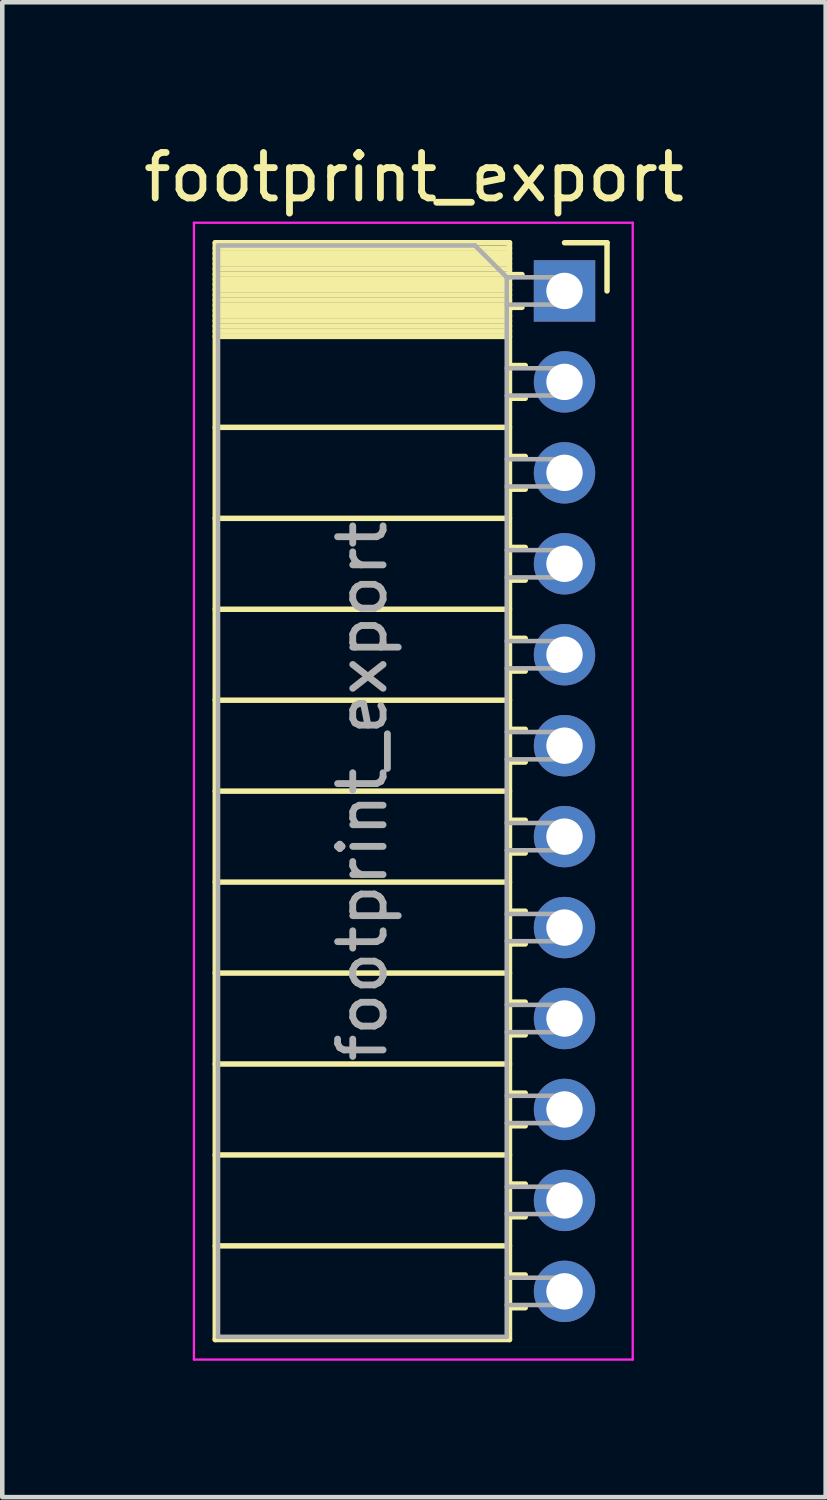
<source format=kicad_pcb>
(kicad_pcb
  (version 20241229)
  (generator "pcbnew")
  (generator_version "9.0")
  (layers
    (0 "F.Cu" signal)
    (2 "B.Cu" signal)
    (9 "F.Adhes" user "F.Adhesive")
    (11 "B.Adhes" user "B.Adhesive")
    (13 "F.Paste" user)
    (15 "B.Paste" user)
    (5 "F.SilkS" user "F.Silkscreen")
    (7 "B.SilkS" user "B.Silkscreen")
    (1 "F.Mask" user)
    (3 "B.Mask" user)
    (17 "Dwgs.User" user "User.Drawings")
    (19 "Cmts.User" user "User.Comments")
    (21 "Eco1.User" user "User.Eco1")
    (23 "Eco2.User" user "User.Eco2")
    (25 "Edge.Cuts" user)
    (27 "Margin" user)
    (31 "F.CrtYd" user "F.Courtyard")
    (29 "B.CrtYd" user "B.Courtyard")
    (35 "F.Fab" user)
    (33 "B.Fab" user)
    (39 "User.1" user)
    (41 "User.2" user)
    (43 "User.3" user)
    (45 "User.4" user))
  (footprint "footprint_export"
    (layer "F.Cu")
    (at 9.364 3.348)
    (property "Reference" "footprint_export" (at -3.31 -2.5 0) (layer "F.SilkS") (effects (font (size 1 1) (thickness 0.15))))
    (attr through_hole)
    (fp_line (start -7.68 -1.06) (end -7.68 23.06) (stroke (width 0.12) (type solid)) (layer "F.SilkS"))
    (fp_line (start -7.68 -1.06) (end -1.21 -1.06) (stroke (width 0.12) (type solid)) (layer "F.SilkS"))
    (fp_line (start -7.68 -0.94) (end -1.21 -0.94) (stroke (width 0.12) (type solid)) (layer "F.SilkS"))
    (fp_line (start -7.68 -0.826) (end -1.21 -0.826) (stroke (width 0.12) (type solid)) (layer "F.SilkS"))
    (fp_line (start -7.68 -0.712) (end -1.21 -0.712) (stroke (width 0.12) (type solid)) (layer "F.SilkS"))
    (fp_line (start -7.68 -0.598) (end -1.21 -0.598) (stroke (width 0.12) (type solid)) (layer "F.SilkS"))
    (fp_line (start -7.68 -0.484) (end -1.21 -0.484) (stroke (width 0.12) (type solid)) (layer "F.SilkS"))
    (fp_line (start -7.68 -0.369) (end -1.21 -0.369) (stroke (width 0.12) (type solid)) (layer "F.SilkS"))
    (fp_line (start -7.68 -0.255) (end -1.21 -0.255) (stroke (width 0.12) (type solid)) (layer "F.SilkS"))
    (fp_line (start -7.68 -0.141) (end -1.21 -0.141) (stroke (width 0.12) (type solid)) (layer "F.SilkS"))
    (fp_line (start -7.68 -0.027) (end -1.21 -0.027) (stroke (width 0.12) (type solid)) (layer "F.SilkS"))
    (fp_line (start -7.68 0.087) (end -1.21 0.087) (stroke (width 0.12) (type solid)) (layer "F.SilkS"))
    (fp_line (start -7.68 0.201) (end -1.21 0.201) (stroke (width 0.12) (type solid)) (layer "F.SilkS"))
    (fp_line (start -7.68 0.315) (end -1.21 0.315) (stroke (width 0.12) (type solid)) (layer "F.SilkS"))
    (fp_line (start -7.68 0.429) (end -1.21 0.429) (stroke (width 0.12) (type solid)) (layer "F.SilkS"))
    (fp_line (start -7.68 0.544) (end -1.21 0.544) (stroke (width 0.12) (type solid)) (layer "F.SilkS"))
    (fp_line (start -7.68 0.658) (end -1.21 0.658) (stroke (width 0.12) (type solid)) (layer "F.SilkS"))
    (fp_line (start -7.68 0.772) (end -1.21 0.772) (stroke (width 0.12) (type solid)) (layer "F.SilkS"))
    (fp_line (start -7.68 0.886) (end -1.21 0.886) (stroke (width 0.12) (type solid)) (layer "F.SilkS"))
    (fp_line (start -7.68 1) (end -1.21 1) (stroke (width 0.12) (type solid)) (layer "F.SilkS"))
    (fp_line (start -7.68 3) (end -1.21 3) (stroke (width 0.12) (type solid)) (layer "F.SilkS"))
    (fp_line (start -7.68 5) (end -1.21 5) (stroke (width 0.12) (type solid)) (layer "F.SilkS"))
    (fp_line (start -7.68 7) (end -1.21 7) (stroke (width 0.12) (type solid)) (layer "F.SilkS"))
    (fp_line (start -7.68 9) (end -1.21 9) (stroke (width 0.12) (type solid)) (layer "F.SilkS"))
    (fp_line (start -7.68 11) (end -1.21 11) (stroke (width 0.12) (type solid)) (layer "F.SilkS"))
    (fp_line (start -7.68 13) (end -1.21 13) (stroke (width 0.12) (type solid)) (layer "F.SilkS"))
    (fp_line (start -7.68 15) (end -1.21 15) (stroke (width 0.12) (type solid)) (layer "F.SilkS"))
    (fp_line (start -7.68 17) (end -1.21 17) (stroke (width 0.12) (type solid)) (layer "F.SilkS"))
    (fp_line (start -7.68 19) (end -1.21 19) (stroke (width 0.12) (type solid)) (layer "F.SilkS"))
    (fp_line (start -7.68 21) (end -1.21 21) (stroke (width 0.12) (type solid)) (layer "F.SilkS"))
    (fp_line (start -7.68 23.06) (end -1.21 23.06) (stroke (width 0.12) (type solid)) (layer "F.SilkS"))
    (fp_line (start -1.21 -1.06) (end -1.21 23.06) (stroke (width 0.12) (type solid)) (layer "F.SilkS"))
    (fp_line (start -1.21 -0.36) (end -0.935 -0.36) (stroke (width 0.12) (type solid)) (layer "F.SilkS"))
    (fp_line (start -1.21 0.36) (end -0.935 0.36) (stroke (width 0.12) (type solid)) (layer "F.SilkS"))
    (fp_line (start -1.21 1.64) (end -0.863 1.64) (stroke (width 0.12) (type solid)) (layer "F.SilkS"))
    (fp_line (start -1.21 2.36) (end -0.863 2.36) (stroke (width 0.12) (type solid)) (layer "F.SilkS"))
    (fp_line (start -1.21 3.64) (end -0.863 3.64) (stroke (width 0.12) (type solid)) (layer "F.SilkS"))
    (fp_line (start -1.21 4.36) (end -0.863 4.36) (stroke (width 0.12) (type solid)) (layer "F.SilkS"))
    (fp_line (start -1.21 5.64) (end -0.863 5.64) (stroke (width 0.12) (type solid)) (layer "F.SilkS"))
    (fp_line (start -1.21 6.36) (end -0.863 6.36) (stroke (width 0.12) (type solid)) (layer "F.SilkS"))
    (fp_line (start -1.21 7.64) (end -0.863 7.64) (stroke (width 0.12) (type solid)) (layer "F.SilkS"))
    (fp_line (start -1.21 8.36) (end -0.863 8.36) (stroke (width 0.12) (type solid)) (layer "F.SilkS"))
    (fp_line (start -1.21 9.64) (end -0.863 9.64) (stroke (width 0.12) (type solid)) (layer "F.SilkS"))
    (fp_line (start -1.21 10.36) (end -0.863 10.36) (stroke (width 0.12) (type solid)) (layer "F.SilkS"))
    (fp_line (start -1.21 11.64) (end -0.863 11.64) (stroke (width 0.12) (type solid)) (layer "F.SilkS"))
    (fp_line (start -1.21 12.36) (end -0.863 12.36) (stroke (width 0.12) (type solid)) (layer "F.SilkS"))
    (fp_line (start -1.21 13.64) (end -0.863 13.64) (stroke (width 0.12) (type solid)) (layer "F.SilkS"))
    (fp_line (start -1.21 14.36) (end -0.863 14.36) (stroke (width 0.12) (type solid)) (layer "F.SilkS"))
    (fp_line (start -1.21 15.64) (end -0.863 15.64) (stroke (width 0.12) (type solid)) (layer "F.SilkS"))
    (fp_line (start -1.21 16.36) (end -0.863 16.36) (stroke (width 0.12) (type solid)) (layer "F.SilkS"))
    (fp_line (start -1.21 17.64) (end -0.863 17.64) (stroke (width 0.12) (type solid)) (layer "F.SilkS"))
    (fp_line (start -1.21 18.36) (end -0.863 18.36) (stroke (width 0.12) (type solid)) (layer "F.SilkS"))
    (fp_line (start -1.21 19.64) (end -0.863 19.64) (stroke (width 0.12) (type solid)) (layer "F.SilkS"))
    (fp_line (start -1.21 20.36) (end -0.863 20.36) (stroke (width 0.12) (type solid)) (layer "F.SilkS"))
    (fp_line (start -1.21 21.64) (end -0.863 21.64) (stroke (width 0.12) (type solid)) (layer "F.SilkS"))
    (fp_line (start -1.21 22.36) (end -0.863 22.36) (stroke (width 0.12) (type solid)) (layer "F.SilkS"))
    (fp_line (start 0 -1.06) (end 0.935 -1.06) (stroke (width 0.12) (type solid)) (layer "F.SilkS"))
    (fp_line (start 0.935 -1.06) (end 0.935 0) (stroke (width 0.12) (type solid)) (layer "F.SilkS"))
    (fp_line (start -8.15 -1.5) (end -8.15 23.5) (stroke (width 0.05) (type solid)) (layer "F.CrtYd"))
    (fp_line (start -8.15 23.5) (end 1.5 23.5) (stroke (width 0.05) (type solid)) (layer "F.CrtYd"))
    (fp_line (start 1.5 -1.5) (end -8.15 -1.5) (stroke (width 0.05) (type solid)) (layer "F.CrtYd"))
    (fp_line (start 1.5 23.5) (end 1.5 -1.5) (stroke (width 0.05) (type solid)) (layer "F.CrtYd"))
    (fp_line (start -7.62 -1) (end -1.97 -1) (stroke (width 0.1) (type solid)) (layer "F.Fab"))
    (fp_line (start -7.62 23) (end -7.62 -1) (stroke (width 0.1) (type solid)) (layer "F.Fab"))
    (fp_line (start -1.97 -1) (end -1.27 -0.3) (stroke (width 0.1) (type solid)) (layer "F.Fab"))
    (fp_line (start -1.27 -0.3) (end -1.27 23) (stroke (width 0.1) (type solid)) (layer "F.Fab"))
    (fp_line (start -1.27 0.3) (end 0 0.3) (stroke (width 0.1) (type solid)) (layer "F.Fab"))
    (fp_line (start -1.27 2.3) (end 0 2.3) (stroke (width 0.1) (type solid)) (layer "F.Fab"))
    (fp_line (start -1.27 4.3) (end 0 4.3) (stroke (width 0.1) (type solid)) (layer "F.Fab"))
    (fp_line (start -1.27 6.3) (end 0 6.3) (stroke (width 0.1) (type solid)) (layer "F.Fab"))
    (fp_line (start -1.27 8.3) (end 0 8.3) (stroke (width 0.1) (type solid)) (layer "F.Fab"))
    (fp_line (start -1.27 10.3) (end 0 10.3) (stroke (width 0.1) (type solid)) (layer "F.Fab"))
    (fp_line (start -1.27 12.3) (end 0 12.3) (stroke (width 0.1) (type solid)) (layer "F.Fab"))
    (fp_line (start -1.27 14.3) (end 0 14.3) (stroke (width 0.1) (type solid)) (layer "F.Fab"))
    (fp_line (start -1.27 16.3) (end 0 16.3) (stroke (width 0.1) (type solid)) (layer "F.Fab"))
    (fp_line (start -1.27 18.3) (end 0 18.3) (stroke (width 0.1) (type solid)) (layer "F.Fab"))
    (fp_line (start -1.27 20.3) (end 0 20.3) (stroke (width 0.1) (type solid)) (layer "F.Fab"))
    (fp_line (start -1.27 22.3) (end 0 22.3) (stroke (width 0.1) (type solid)) (layer "F.Fab"))
    (fp_line (start -1.27 23) (end -7.62 23) (stroke (width 0.1) (type solid)) (layer "F.Fab"))
    (fp_line (start 0 -0.3) (end -1.27 -0.3) (stroke (width 0.1) (type solid)) (layer "F.Fab"))
    (fp_line (start 0 0.3) (end 0 -0.3) (stroke (width 0.1) (type solid)) (layer "F.Fab"))
    (fp_line (start 0 1.7) (end -1.27 1.7) (stroke (width 0.1) (type solid)) (layer "F.Fab"))
    (fp_line (start 0 2.3) (end 0 1.7) (stroke (width 0.1) (type solid)) (layer "F.Fab"))
    (fp_line (start 0 3.7) (end -1.27 3.7) (stroke (width 0.1) (type solid)) (layer "F.Fab"))
    (fp_line (start 0 4.3) (end 0 3.7) (stroke (width 0.1) (type solid)) (layer "F.Fab"))
    (fp_line (start 0 5.7) (end -1.27 5.7) (stroke (width 0.1) (type solid)) (layer "F.Fab"))
    (fp_line (start 0 6.3) (end 0 5.7) (stroke (width 0.1) (type solid)) (layer "F.Fab"))
    (fp_line (start 0 7.7) (end -1.27 7.7) (stroke (width 0.1) (type solid)) (layer "F.Fab"))
    (fp_line (start 0 8.3) (end 0 7.7) (stroke (width 0.1) (type solid)) (layer "F.Fab"))
    (fp_line (start 0 9.7) (end -1.27 9.7) (stroke (width 0.1) (type solid)) (layer "F.Fab"))
    (fp_line (start 0 10.3) (end 0 9.7) (stroke (width 0.1) (type solid)) (layer "F.Fab"))
    (fp_line (start 0 11.7) (end -1.27 11.7) (stroke (width 0.1) (type solid)) (layer "F.Fab"))
    (fp_line (start 0 12.3) (end 0 11.7) (stroke (width 0.1) (type solid)) (layer "F.Fab"))
    (fp_line (start 0 13.7) (end -1.27 13.7) (stroke (width 0.1) (type solid)) (layer "F.Fab"))
    (fp_line (start 0 14.3) (end 0 13.7) (stroke (width 0.1) (type solid)) (layer "F.Fab"))
    (fp_line (start 0 15.7) (end -1.27 15.7) (stroke (width 0.1) (type solid)) (layer "F.Fab"))
    (fp_line (start 0 16.3) (end 0 15.7) (stroke (width 0.1) (type solid)) (layer "F.Fab"))
    (fp_line (start 0 17.7) (end -1.27 17.7) (stroke (width 0.1) (type solid)) (layer "F.Fab"))
    (fp_line (start 0 18.3) (end 0 17.7) (stroke (width 0.1) (type solid)) (layer "F.Fab"))
    (fp_line (start 0 19.7) (end -1.27 19.7) (stroke (width 0.1) (type solid)) (layer "F.Fab"))
    (fp_line (start 0 20.3) (end 0 19.7) (stroke (width 0.1) (type solid)) (layer "F.Fab"))
    (fp_line (start 0 21.7) (end -1.27 21.7) (stroke (width 0.1) (type solid)) (layer "F.Fab"))
    (fp_line (start 0 22.3) (end 0 21.7) (stroke (width 0.1) (type solid)) (layer "F.Fab"))
    (fp_text user "${REFERENCE}" (at -4.445 11 90) (layer "F.Fab") (effects (font (size 1 1) (thickness 0.15))))
    (pad "1" thru_hole rect (at 0 0) (size 1.35 1.35) (drill 0.8) (layers "*.Cu" "*.Mask"))
    (pad "2" thru_hole oval (at 0 2) (size 1.35 1.35) (drill 0.8) (layers "*.Cu" "*.Mask"))
    (pad "3" thru_hole oval (at 0 4) (size 1.35 1.35) (drill 0.8) (layers "*.Cu" "*.Mask"))
    (pad "4" thru_hole oval (at 0 6) (size 1.35 1.35) (drill 0.8) (layers "*.Cu" "*.Mask"))
    (pad "5" thru_hole oval (at 0 8) (size 1.35 1.35) (drill 0.8) (layers "*.Cu" "*.Mask"))
    (pad "6" thru_hole oval (at 0 10) (size 1.35 1.35) (drill 0.8) (layers "*.Cu" "*.Mask"))
    (pad "7" thru_hole oval (at 0 12) (size 1.35 1.35) (drill 0.8) (layers "*.Cu" "*.Mask"))
    (pad "8" thru_hole oval (at 0 14) (size 1.35 1.35) (drill 0.8) (layers "*.Cu" "*.Mask"))
    (pad "9" thru_hole oval (at 0 16) (size 1.35 1.35) (drill 0.8) (layers "*.Cu" "*.Mask"))
    (pad "10" thru_hole oval (at 0 18) (size 1.35 1.35) (drill 0.8) (layers "*.Cu" "*.Mask"))
    (pad "11" thru_hole oval (at 0 20) (size 1.35 1.35) (drill 0.8) (layers "*.Cu" "*.Mask"))
    (pad "12" thru_hole oval (at 0 22) (size 1.35 1.35) (drill 0.8) (layers "*.Cu" "*.Mask")))
  (gr_rect
    (start -3 -3)
    (end 15.107 29.873)
    (stroke (width 0.1) (type default))
    (fill no)
    (layer "Edge.Cuts")))
</source>
